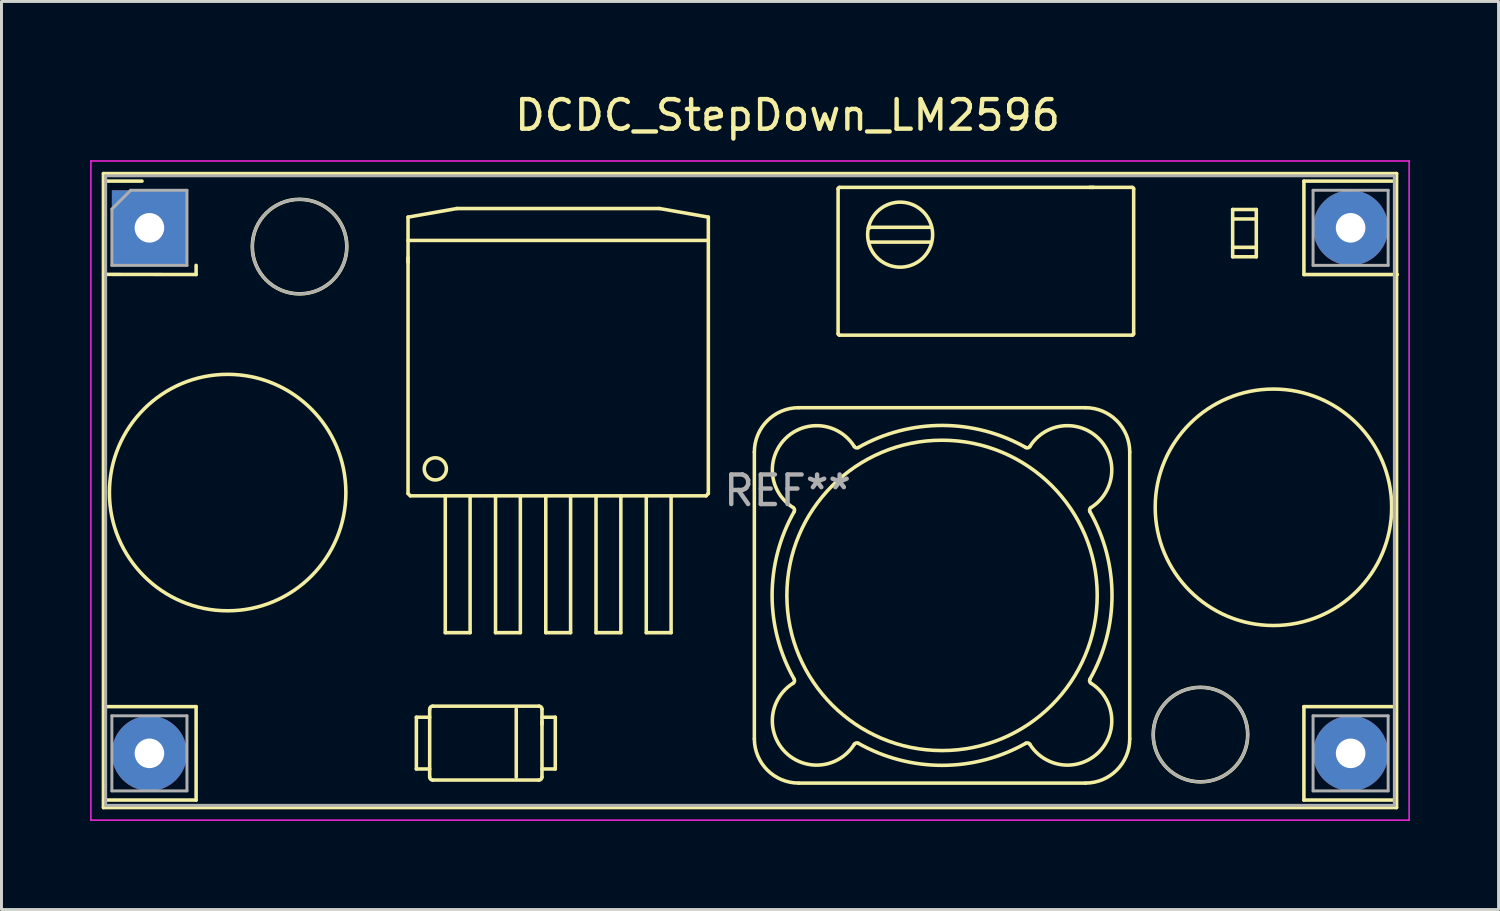
<source format=kicad_pcb>
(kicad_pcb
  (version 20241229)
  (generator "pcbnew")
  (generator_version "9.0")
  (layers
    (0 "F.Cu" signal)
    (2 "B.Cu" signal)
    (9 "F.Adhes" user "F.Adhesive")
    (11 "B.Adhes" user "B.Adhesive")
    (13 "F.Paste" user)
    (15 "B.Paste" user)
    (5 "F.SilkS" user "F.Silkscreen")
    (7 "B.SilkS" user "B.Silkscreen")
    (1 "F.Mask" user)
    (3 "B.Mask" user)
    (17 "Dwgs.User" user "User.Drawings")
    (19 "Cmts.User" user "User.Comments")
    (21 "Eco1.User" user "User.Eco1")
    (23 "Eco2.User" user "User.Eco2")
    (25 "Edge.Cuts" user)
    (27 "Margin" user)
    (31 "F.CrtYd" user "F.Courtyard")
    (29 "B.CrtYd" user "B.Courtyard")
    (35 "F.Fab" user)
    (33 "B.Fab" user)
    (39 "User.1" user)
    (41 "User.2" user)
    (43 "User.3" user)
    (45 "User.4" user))
  (footprint "DCDC_StepDown_LM2596"
    (layer "F.Cu")
    (at 2.005 4.658)
    (property "Reference" "DCDC_StepDown_LM2596" (at 21.59 -3.81 0) (layer "F.SilkS") (effects (font (size 1 1) (thickness 0.15))))
    (attr through_hole)
    (fp_line (start -1.555 -1.835) (end -1.555 19.615) (stroke (width 0.12) (type solid)) (layer "F.SilkS"))
    (fp_line (start -1.555 19.615) (end 42.195 19.615) (stroke (width 0.12) (type solid)) (layer "F.SilkS"))
    (fp_line (start -1.55 -1.58) (end -0.25 -1.58) (stroke (width 0.12) (type solid)) (layer "F.SilkS"))
    (fp_line (start -1.55 1.575) (end 1.58 1.58) (stroke (width 0.12) (type solid)) (layer "F.SilkS"))
    (fp_line (start -1.55 16.2) (end 1.58 16.2) (stroke (width 0.12) (type solid)) (layer "F.SilkS"))
    (fp_line (start -1.55 19.36) (end 1.58 19.36) (stroke (width 0.12) (type solid)) (layer "F.SilkS"))
    (fp_line (start 1.58 1.27) (end 1.58 1.58) (stroke (width 0.12) (type solid)) (layer "F.SilkS"))
    (fp_line (start 1.58 16.2) (end 1.58 19.36) (stroke (width 0.12) (type solid)) (layer "F.SilkS"))
    (fp_line (start 8.749 1.004) (end 8.749 1.166) (stroke (width 0.12) (type solid)) (layer "F.SilkS"))
    (fp_line (start 8.75 -0.362) (end 10.4 -0.653) (stroke (width 0.12) (type solid)) (layer "F.SilkS"))
    (fp_line (start 8.75 8.989) (end 8.75 -0.362) (stroke (width 0.12) (type solid)) (layer "F.SilkS"))
    (fp_line (start 8.75 8.989) (end 8.828 9.067) (stroke (width 0.12) (type solid)) (layer "F.SilkS"))
    (fp_line (start 8.828 9.067) (end 18.833 9.067) (stroke (width 0.12) (type solid)) (layer "F.SilkS"))
    (fp_line (start 9.032 16.558) (end 9.482 16.558) (stroke (width 0.12) (type solid)) (layer "F.SilkS"))
    (fp_line (start 9.032 18.308) (end 9.032 16.558) (stroke (width 0.12) (type solid)) (layer "F.SilkS"))
    (fp_line (start 9.482 18.308) (end 9.032 18.308) (stroke (width 0.12) (type solid)) (layer "F.SilkS"))
    (fp_line (start 9.482 18.583) (end 9.482 16.283) (stroke (width 0.12) (type solid)) (layer "F.SilkS"))
    (fp_line (start 9.582 16.183) (end 13.182 16.183) (stroke (width 0.12) (type solid)) (layer "F.SilkS"))
    (fp_line (start 10.01 13.697) (end 10.01 9.067) (stroke (width 0.12) (type solid)) (layer "F.SilkS"))
    (fp_line (start 10.01 13.697) (end 10.85 13.697) (stroke (width 0.12) (type solid)) (layer "F.SilkS"))
    (fp_line (start 10.4 -0.653) (end 17.26 -0.653) (stroke (width 0.12) (type solid)) (layer "F.SilkS"))
    (fp_line (start 10.85 13.697) (end 10.85 9.067) (stroke (width 0.12) (type solid)) (layer "F.SilkS"))
    (fp_line (start 11.71 13.697) (end 11.71 9.067) (stroke (width 0.12) (type solid)) (layer "F.SilkS"))
    (fp_line (start 11.71 13.697) (end 12.55 13.697) (stroke (width 0.12) (type solid)) (layer "F.SilkS"))
    (fp_line (start 12.411 16.283) (end 12.411 18.583) (stroke (width 0.12) (type solid)) (layer "F.SilkS"))
    (fp_line (start 12.55 13.697) (end 12.55 9.067) (stroke (width 0.12) (type solid)) (layer "F.SilkS"))
    (fp_line (start 13.182 18.683) (end 9.582 18.683) (stroke (width 0.12) (type solid)) (layer "F.SilkS"))
    (fp_line (start 13.282 16.283) (end 13.282 18.583) (stroke (width 0.12) (type solid)) (layer "F.SilkS"))
    (fp_line (start 13.282 16.558) (end 13.732 16.558) (stroke (width 0.12) (type solid)) (layer "F.SilkS"))
    (fp_line (start 13.283 16.795) (end 13.283 16.7) (stroke (width 0.12) (type solid)) (layer "F.SilkS"))
    (fp_line (start 13.41 13.697) (end 13.41 9.067) (stroke (width 0.12) (type solid)) (layer "F.SilkS"))
    (fp_line (start 13.41 13.697) (end 14.25 13.697) (stroke (width 0.12) (type solid)) (layer "F.SilkS"))
    (fp_line (start 13.732 16.558) (end 13.732 18.308) (stroke (width 0.12) (type solid)) (layer "F.SilkS"))
    (fp_line (start 13.732 18.308) (end 13.282 18.308) (stroke (width 0.12) (type solid)) (layer "F.SilkS"))
    (fp_line (start 14.25 13.697) (end 14.25 9.067) (stroke (width 0.12) (type solid)) (layer "F.SilkS"))
    (fp_line (start 15.11 13.697) (end 15.11 9.067) (stroke (width 0.12) (type solid)) (layer "F.SilkS"))
    (fp_line (start 15.11 13.697) (end 15.95 13.697) (stroke (width 0.12) (type solid)) (layer "F.SilkS"))
    (fp_line (start 15.95 13.697) (end 15.95 9.067) (stroke (width 0.12) (type solid)) (layer "F.SilkS"))
    (fp_line (start 16.81 13.697) (end 16.81 9.067) (stroke (width 0.12) (type solid)) (layer "F.SilkS"))
    (fp_line (start 16.81 13.697) (end 17.65 13.697) (stroke (width 0.12) (type solid)) (layer "F.SilkS"))
    (fp_line (start 17.26 -0.653) (end 18.91 -0.362) (stroke (width 0.12) (type solid)) (layer "F.SilkS"))
    (fp_line (start 17.65 13.697) (end 17.65 9.067) (stroke (width 0.12) (type solid)) (layer "F.SilkS"))
    (fp_line (start 18.833 9.067) (end 18.91 8.989) (stroke (width 0.12) (type solid)) (layer "F.SilkS"))
    (fp_line (start 18.91 0.427) (end 8.75 0.427) (stroke (width 0.12) (type solid)) (layer "F.SilkS"))
    (fp_line (start 18.91 8.989) (end 18.91 -0.362) (stroke (width 0.12) (type solid)) (layer "F.SilkS"))
    (fp_line (start 20.467 7.586) (end 20.467 17.286) (stroke (width 0.12) (type solid)) (layer "F.SilkS"))
    (fp_line (start 21.967 18.786) (end 31.667 18.786) (stroke (width 0.12) (type solid)) (layer "F.SilkS"))
    (fp_line (start 23.3 3.582) (end 23.3 -1.318) (stroke (width 0.12) (type solid)) (layer "F.SilkS"))
    (fp_line (start 23.35 -1.368) (end 33.25 -1.368) (stroke (width 0.12) (type solid)) (layer "F.SilkS"))
    (fp_line (start 24.336 -0.049) (end 24.361 -0.018) (stroke (width 0.12) (type solid)) (layer "F.SilkS"))
    (fp_line (start 24.349 0.007) (end 24.324 0.002) (stroke (width 0.12) (type solid)) (layer "F.SilkS"))
    (fp_line (start 24.349 0.007) (end 24.356 -0.024) (stroke (width 0.12) (type solid)) (layer "F.SilkS"))
    (fp_line (start 24.349 0.007) (end 24.361 -0.018) (stroke (width 0.12) (type solid)) (layer "F.SilkS"))
    (fp_line (start 24.361 0.482) (end 26.439 0.482) (stroke (width 0.12) (type solid)) (layer "F.SilkS"))
    (fp_line (start 26.439 -0.018) (end 24.361 -0.018) (stroke (width 0.12) (type solid)) (layer "F.SilkS"))
    (fp_line (start 31.667 6.086) (end 21.967 6.086) (stroke (width 0.12) (type solid)) (layer "F.SilkS"))
    (fp_line (start 31.859 -1.369) (end 31.814 -1.369) (stroke (width 0.12) (type solid)) (layer "F.SilkS"))
    (fp_line (start 31.942 -1.369) (end 31.908 -1.369) (stroke (width 0.12) (type solid)) (layer "F.SilkS"))
    (fp_line (start 33.167 17.286) (end 33.167 7.586) (stroke (width 0.12) (type solid)) (layer "F.SilkS"))
    (fp_line (start 33.25 3.632) (end 23.35 3.632) (stroke (width 0.12) (type solid)) (layer "F.SilkS"))
    (fp_line (start 33.3 -1.318) (end 33.3 3.582) (stroke (width 0.12) (type solid)) (layer "F.SilkS"))
    (fp_line (start 36.649 -0.3) (end 37.449 -0.3) (stroke (width 0.12) (type solid)) (layer "F.SilkS"))
    (fp_line (start 36.649 0.98) (end 36.649 -0.62) (stroke (width 0.12) (type solid)) (layer "F.SilkS"))
    (fp_line (start 37.449 -0.62) (end 36.649 -0.62) (stroke (width 0.12) (type solid)) (layer "F.SilkS"))
    (fp_line (start 37.449 -0.62) (end 37.449 0.98) (stroke (width 0.12) (type solid)) (layer "F.SilkS"))
    (fp_line (start 37.449 0.66) (end 36.649 0.66) (stroke (width 0.12) (type solid)) (layer "F.SilkS"))
    (fp_line (start 37.449 0.98) (end 36.649 0.98) (stroke (width 0.12) (type solid)) (layer "F.SilkS"))
    (fp_line (start 39.06 -1.58) (end 42.175 -1.58) (stroke (width 0.12) (type solid)) (layer "F.SilkS"))
    (fp_line (start 39.06 1.58) (end 39.06 -1.58) (stroke (width 0.12) (type solid)) (layer "F.SilkS"))
    (fp_line (start 39.06 1.58) (end 42.22 1.58) (stroke (width 0.12) (type solid)) (layer "F.SilkS"))
    (fp_line (start 39.06 16.2) (end 42.175 16.2) (stroke (width 0.12) (type solid)) (layer "F.SilkS"))
    (fp_line (start 39.06 19.36) (end 39.06 16.2) (stroke (width 0.12) (type solid)) (layer "F.SilkS"))
    (fp_line (start 39.06 19.36) (end 42.175 19.36) (stroke (width 0.12) (type solid)) (layer "F.SilkS"))
    (fp_line (start 42.195 -1.835) (end -1.555 -1.835) (stroke (width 0.12) (type solid)) (layer "F.SilkS"))
    (fp_line (start 42.195 19.615) (end 42.195 -1.835) (stroke (width 0.12) (type solid)) (layer "F.SilkS"))
    (fp_arc (start 9.481636 16.283217) (mid 9.510925 16.212506) (end 9.581636 16.183217) (stroke (width 0.12) (type solid)) (layer "F.SilkS"))
    (fp_arc (start 9.581636 18.683217) (mid 9.510925 18.653928) (end 9.481636 18.583217) (stroke (width 0.12) (type solid)) (layer "F.SilkS"))
    (fp_arc (start 13.181636 16.183217) (mid 13.252347 16.212506) (end 13.281636 16.283217) (stroke (width 0.12) (type solid)) (layer "F.SilkS"))
    (fp_arc (start 13.281636 18.583217) (mid 13.252347 18.653928) (end 13.181636 18.683217) (stroke (width 0.12) (type solid)) (layer "F.SilkS"))
    (fp_arc (start 20.467397 7.585796) (mid 20.906737 6.525136) (end 21.967397 6.085796) (stroke (width 0.12) (type solid)) (layer "F.SilkS"))
    (fp_arc (start 21.781131 9.46601) (mid 21.825145 9.526245) (end 21.815218 9.600183) (stroke (width 0.12) (type solid)) (layer "F.SilkS"))
    (fp_arc (start 21.781132 9.466011) (mid 21.514096 7.132496) (end 23.847611 7.399531) (stroke (width 0.12) (type solid)) (layer "F.SilkS"))
    (fp_arc (start 21.815217 15.271409) (mid 21.825145 15.345347) (end 21.781132 15.405582) (stroke (width 0.12) (type solid)) (layer "F.SilkS"))
    (fp_arc (start 21.815218 15.27141) (mid 21.067397 12.435796) (end 21.815218 9.600183) (stroke (width 0.12) (type solid)) (layer "F.SilkS"))
    (fp_arc (start 21.967397 18.785796) (mid 20.906737 18.346456) (end 20.467397 17.285796) (stroke (width 0.12) (type solid)) (layer "F.SilkS"))
    (fp_arc (start 23.299783 -1.317705) (mid 23.314428 -1.35306) (end 23.349783 -1.367705) (stroke (width 0.12) (type solid)) (layer "F.SilkS"))
    (fp_arc (start 23.349783 3.632294) (mid 23.314428 3.617649) (end 23.299783 3.582294) (stroke (width 0.12) (type solid)) (layer "F.SilkS"))
    (fp_arc (start 23.847611 17.472062) (mid 21.514095 17.739097) (end 21.781132 15.405582) (stroke (width 0.12) (type solid)) (layer "F.SilkS"))
    (fp_arc (start 23.847611 17.472062) (mid 23.907845 17.428049) (end 23.981783 17.437976) (stroke (width 0.12) (type solid)) (layer "F.SilkS"))
    (fp_arc (start 23.981783 7.433617) (mid 23.907845 7.443544) (end 23.847611 7.399531) (stroke (width 0.12) (type solid)) (layer "F.SilkS"))
    (fp_arc (start 23.981784 7.433617) (mid 26.817397 6.685796) (end 29.653011 7.433617) (stroke (width 0.12) (type solid)) (layer "F.SilkS"))
    (fp_arc (start 24.324148 0.462527) (mid 26.469605 -0.023594) (end 24.336385 0.51369) (stroke (width 0.12) (type solid)) (layer "F.SilkS"))
    (fp_arc (start 29.653011 17.437976) (mid 26.817397 18.185797) (end 23.981783 17.437976) (stroke (width 0.12) (type solid)) (layer "F.SilkS"))
    (fp_arc (start 29.653011 17.437976) (mid 29.726949 17.428049) (end 29.787183 17.472062) (stroke (width 0.12) (type solid)) (layer "F.SilkS"))
    (fp_arc (start 29.787183 7.399531) (mid 29.726949 7.443544) (end 29.653011 7.433617) (stroke (width 0.12) (type solid)) (layer "F.SilkS"))
    (fp_arc (start 29.787183 7.399531) (mid 32.120699 7.132496) (end 31.853662 9.466011) (stroke (width 0.12) (type solid)) (layer "F.SilkS"))
    (fp_arc (start 31.667397 6.085796) (mid 32.728057 6.525136) (end 33.167397 7.585796) (stroke (width 0.12) (type solid)) (layer "F.SilkS"))
    (fp_arc (start 31.819576 9.600183) (mid 32.567397 12.435796) (end 31.819576 15.27141) (stroke (width 0.12) (type solid)) (layer "F.SilkS"))
    (fp_arc (start 31.819577 9.600184) (mid 31.809649 9.526246) (end 31.853662 9.466011) (stroke (width 0.12) (type solid)) (layer "F.SilkS"))
    (fp_arc (start 31.853662 15.405582) (mid 32.120698 17.739097) (end 29.787183 17.472062) (stroke (width 0.12) (type solid)) (layer "F.SilkS"))
    (fp_arc (start 31.853663 15.405583) (mid 31.809649 15.345348) (end 31.819576 15.27141) (stroke (width 0.12) (type solid)) (layer "F.SilkS"))
    (fp_arc (start 33.167397 17.285796) (mid 32.728057 18.346456) (end 31.667397 18.785796) (stroke (width 0.12) (type solid)) (layer "F.SilkS"))
    (fp_arc (start 33.249783 -1.367705) (mid 33.285138 -1.35306) (end 33.299783 -1.317705) (stroke (width 0.12) (type solid)) (layer "F.SilkS"))
    (fp_arc (start 33.299783 3.582294) (mid 33.285138 3.617649) (end 33.249783 3.632294) (stroke (width 0.12) (type solid)) (layer "F.SilkS"))
    (fp_circle (center 2.647 8.957) (end 6.647 8.957) (stroke (width 0.12) (type solid)) (fill no) (layer "F.SilkS"))
    (fp_circle (center 5.08 0.635) (end 6.679 0.635) (stroke (width 0.12) (type solid)) (fill no) (layer "F.SilkS"))
    (fp_circle (center 9.673 8.155) (end 10.048 8.155) (stroke (width 0.12) (type solid)) (fill no) (layer "F.SilkS"))
    (fp_circle (center 26.817 12.436) (end 32.067 12.436) (stroke (width 0.12) (type solid)) (fill no) (layer "F.SilkS"))
    (fp_circle (center 35.56 17.145) (end 37.159 17.145) (stroke (width 0.12) (type solid)) (fill no) (layer "F.SilkS"))
    (fp_circle (center 38.029 9.455) (end 42.029 9.455) (stroke (width 0.12) (type solid)) (fill no) (layer "F.SilkS"))
    (fp_line (start -1.98 -2.26) (end 42.62 -2.26) (stroke (width 0.05) (type solid)) (layer "F.CrtYd"))
    (fp_line (start -1.98 20.04) (end -1.98 -2.26) (stroke (width 0.05) (type solid)) (layer "F.CrtYd"))
    (fp_line (start 42.62 -2.26) (end 42.62 20.04) (stroke (width 0.05) (type solid)) (layer "F.CrtYd"))
    (fp_line (start 42.62 20.04) (end -1.98 20.04) (stroke (width 0.05) (type solid)) (layer "F.CrtYd"))
    (fp_line (start -1.48 -1.76) (end -1.48 19.54) (stroke (width 0.1) (type solid)) (layer "F.Fab"))
    (fp_line (start -1.48 19.54) (end 42.12 19.54) (stroke (width 0.1) (type solid)) (layer "F.Fab"))
    (fp_line (start -1.27 -0.635) (end -0.635 -1.27) (stroke (width 0.1) (type solid)) (layer "F.Fab"))
    (fp_line (start -1.27 1.27) (end -1.27 -0.635) (stroke (width 0.1) (type solid)) (layer "F.Fab"))
    (fp_line (start -1.27 16.51) (end 1.27 16.51) (stroke (width 0.1) (type solid)) (layer "F.Fab"))
    (fp_line (start -1.27 19.05) (end -1.27 16.51) (stroke (width 0.1) (type solid)) (layer "F.Fab"))
    (fp_line (start -0.635 -1.27) (end 1.27 -1.27) (stroke (width 0.1) (type solid)) (layer "F.Fab"))
    (fp_line (start 1.27 -1.27) (end 1.27 1.27) (stroke (width 0.1) (type solid)) (layer "F.Fab"))
    (fp_line (start 1.27 1.27) (end -1.27 1.27) (stroke (width 0.1) (type solid)) (layer "F.Fab"))
    (fp_line (start 1.27 16.51) (end 1.27 19.05) (stroke (width 0.1) (type solid)) (layer "F.Fab"))
    (fp_line (start 1.27 19.05) (end -1.27 19.05) (stroke (width 0.1) (type solid)) (layer "F.Fab"))
    (fp_line (start 39.37 -1.27) (end 41.91 -1.27) (stroke (width 0.1) (type solid)) (layer "F.Fab"))
    (fp_line (start 39.37 1.27) (end 39.37 -1.27) (stroke (width 0.1) (type solid)) (layer "F.Fab"))
    (fp_line (start 39.37 16.51) (end 41.91 16.51) (stroke (width 0.1) (type solid)) (layer "F.Fab"))
    (fp_line (start 39.37 19.05) (end 39.37 16.51) (stroke (width 0.1) (type solid)) (layer "F.Fab"))
    (fp_line (start 41.91 -1.27) (end 41.91 1.27) (stroke (width 0.1) (type solid)) (layer "F.Fab"))
    (fp_line (start 41.91 1.27) (end 39.37 1.27) (stroke (width 0.1) (type solid)) (layer "F.Fab"))
    (fp_line (start 41.91 16.51) (end 41.91 19.05) (stroke (width 0.1) (type solid)) (layer "F.Fab"))
    (fp_line (start 41.91 19.05) (end 39.37 19.05) (stroke (width 0.1) (type solid)) (layer "F.Fab"))
    (fp_line (start 42.12 -1.76) (end -1.48 -1.76) (stroke (width 0.1) (type solid)) (layer "F.Fab"))
    (fp_line (start 42.12 19.54) (end 42.12 -1.76) (stroke (width 0.1) (type solid)) (layer "F.Fab"))
    (fp_circle (center 5.08 0.635) (end 6.679 0.635) (stroke (width 0.1) (type solid)) (fill no) (layer "F.Fab"))
    (fp_circle (center 35.56 17.145) (end 37.159 17.145) (stroke (width 0.1) (type solid)) (fill no) (layer "F.Fab"))
    (fp_text user "REF**" (at 21.59 8.89 0) (layer "F.Fab") (effects (font (size 1 1) (thickness 0.15))))
    (pad "1" thru_hole rect (at 0 0) (size 2.54 2.54) (drill 1) (layers "*.Cu" "*.Mask"))
    (pad "2" thru_hole circle (at 0 17.78) (size 2.54 2.54) (drill 1) (layers "*.Cu" "*.Mask"))
    (pad "3" thru_hole circle (at 40.64 17.78) (size 2.54 2.54) (drill 1) (layers "*.Cu" "*.Mask"))
    (pad "4" thru_hole circle (at 40.64 0) (size 2.54 2.54) (drill 1) (layers "*.Cu" "*.Mask")))
  (gr_rect
    (start -3 -3)
    (end 47.65 27.723)
    (stroke (width 0.1) (type default))
    (fill no)
    (layer "Edge.Cuts")))
</source>
